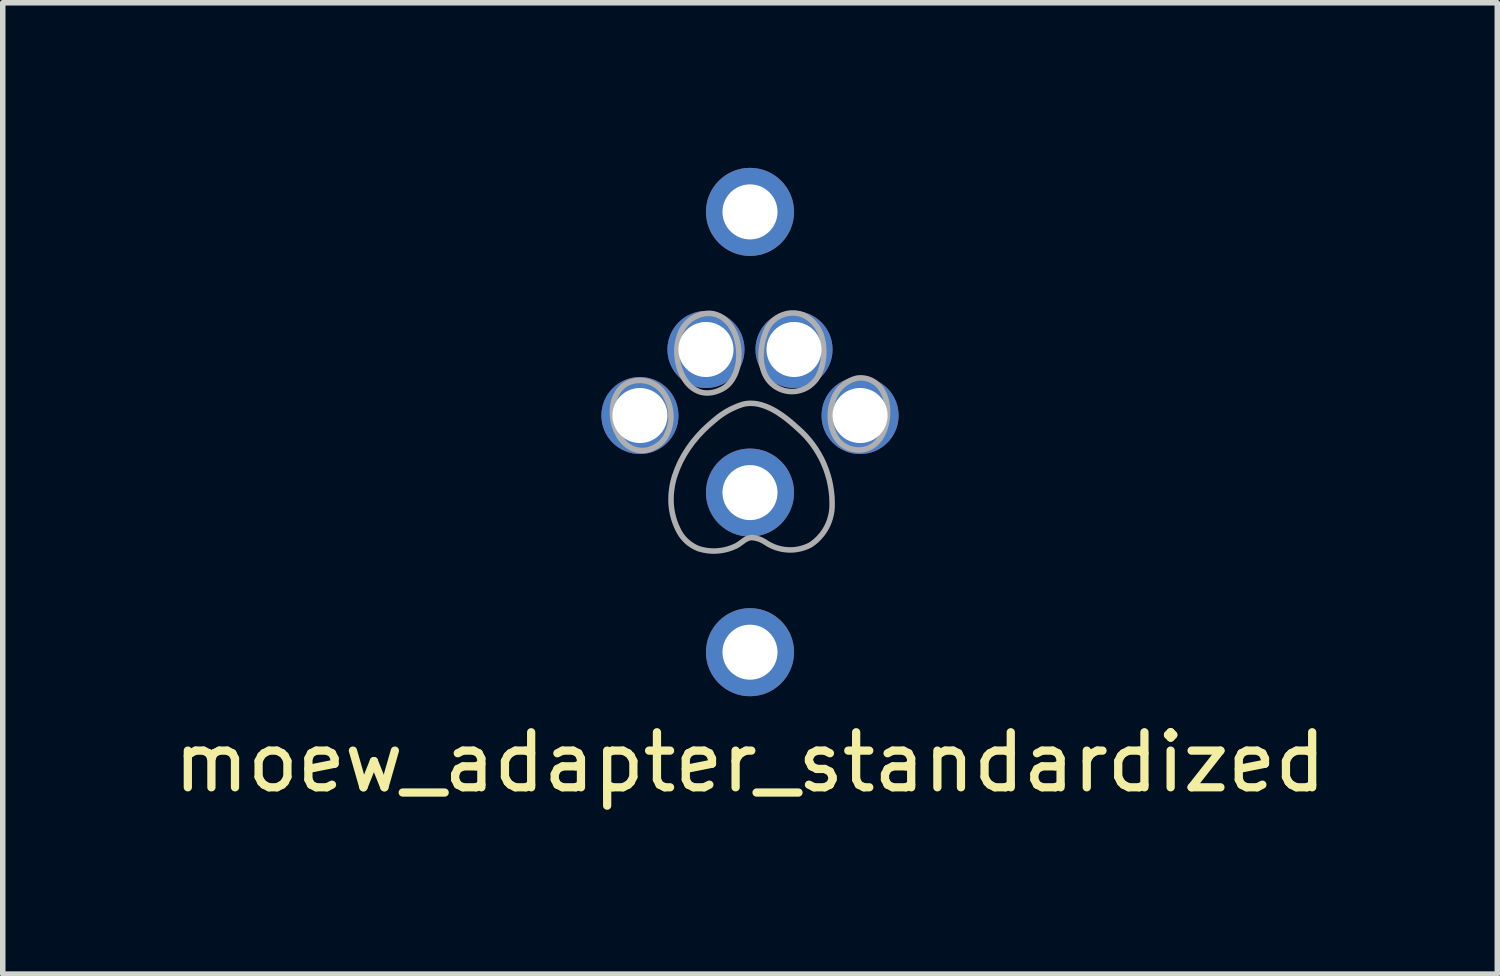
<source format=kicad_pcb>
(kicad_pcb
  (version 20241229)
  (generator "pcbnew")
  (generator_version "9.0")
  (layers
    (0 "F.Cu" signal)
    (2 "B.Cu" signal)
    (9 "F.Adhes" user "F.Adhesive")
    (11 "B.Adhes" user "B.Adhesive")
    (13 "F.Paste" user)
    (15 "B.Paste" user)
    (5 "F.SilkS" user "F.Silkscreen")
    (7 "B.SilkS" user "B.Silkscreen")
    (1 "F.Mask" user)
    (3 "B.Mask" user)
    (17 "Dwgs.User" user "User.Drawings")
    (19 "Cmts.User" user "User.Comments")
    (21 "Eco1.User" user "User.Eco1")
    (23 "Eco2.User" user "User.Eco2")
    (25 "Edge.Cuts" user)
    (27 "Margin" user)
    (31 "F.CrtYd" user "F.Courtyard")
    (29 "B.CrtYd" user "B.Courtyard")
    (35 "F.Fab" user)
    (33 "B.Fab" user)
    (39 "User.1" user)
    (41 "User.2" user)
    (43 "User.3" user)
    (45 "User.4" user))
  (footprint "moew_adapter_standardized"
    (layer "F.Cu")
    (at 10.577 4.8)
    (property "Reference" "moew_adapter_standardized" (at 0 6 0) (unlocked yes) (layer "F.SilkS") (effects (font (size 1 1) (thickness 0.15))))
    (attr smd)
    (fp_poly (pts (xy -1.283 -1.75) (xy -1.275 -1.774) (xy -1.267 -1.796) (xy -1.258 -1.818) (xy -1.248 -1.84) (xy -1.237 -1.861) (xy -1.225 -1.881) (xy -1.213 -1.901) (xy -1.2 -1.921) (xy -1.186 -1.939) (xy -1.171 -1.957) (xy -1.156 -1.975) (xy -1.139 -1.991) (xy -1.123 -2.007) (xy -1.105 -2.023) (xy -1.088 -2.037) (xy -1.069 -2.051) (xy -1.05 -2.064) (xy -1.03 -2.076) (xy -1.01 -2.088) (xy -0.99 -2.098) (xy -0.969 -2.108) (xy -0.947 -2.117) (xy -0.926 -2.125) (xy -0.904 -2.133) (xy -0.881 -2.139) (xy -0.858 -2.144) (xy -0.835 -2.149) (xy -0.812 -2.152) (xy -0.788 -2.155) (xy -0.764 -2.156) (xy -0.74 -2.157) (xy -0.716 -2.156) (xy -0.662 -2.148) (xy -0.611 -2.134) (xy -0.563 -2.115) (xy -0.518 -2.09) (xy -0.476 -2.062) (xy -0.436 -2.028) (xy -0.4 -1.991) (xy -0.367 -1.951) (xy -0.336 -1.907) (xy -0.309 -1.86) (xy -0.285 -1.81) (xy -0.264 -1.759) (xy -0.245 -1.705) (xy -0.23 -1.65) (xy -0.218 -1.594) (xy -0.21 -1.536) (xy -0.204 -1.479) (xy -0.202 -1.421) (xy -0.203 -1.363) (xy -0.207 -1.305) (xy -0.214 -1.249) (xy -0.225 -1.193) (xy -0.239 -1.139) (xy -0.256 -1.087) (xy -0.277 -1.037) (xy -0.301 -0.989) (xy -0.328 -0.945) (xy -0.359 -0.903) (xy -0.393 -0.865) (xy -0.431 -0.831) (xy -0.473 -0.801) (xy -0.517 -0.776) (xy -0.573 -0.751) (xy -0.627 -0.732) (xy -0.679 -0.719) (xy -0.73 -0.712) (xy -0.779 -0.709) (xy -0.826 -0.712) (xy -0.871 -0.719) (xy -0.915 -0.731) (xy -0.956 -0.748) (xy -0.996 -0.768) (xy -1.034 -0.792) (xy -1.069 -0.819) (xy -1.103 -0.85) (xy -1.134 -0.884) (xy -1.164 -0.921) (xy -1.191 -0.961) (xy -1.215 -1.002) (xy -1.238 -1.046) (xy -1.258 -1.092) (xy -1.276 -1.14) (xy -1.291 -1.189) (xy -1.304 -1.239) (xy -1.314 -1.29) (xy -1.321 -1.341) (xy -1.326 -1.393) (xy -1.328 -1.446) (xy -1.328 -1.498) (xy -1.325 -1.55) (xy -1.318 -1.601) (xy -1.309 -1.652) (xy -1.297 -1.702) (xy -1.283 -1.75)) (stroke (width 0.1) (type solid)) (fill no) (layer "F.Fab"))
    (fp_poly (pts (xy 1.502 -0.555) (xy 1.514 -0.593) (xy 1.528 -0.631) (xy 1.545 -0.667) (xy 1.564 -0.701) (xy 1.585 -0.734) (xy 1.609 -0.766) (xy 1.634 -0.796) (xy 1.661 -0.824) (xy 1.69 -0.85) (xy 1.72 -0.875) (xy 1.752 -0.897) (xy 1.786 -0.918) (xy 1.821 -0.936) (xy 1.857 -0.952) (xy 1.895 -0.966) (xy 1.933 -0.977) (xy 1.965 -0.982) (xy 1.997 -0.984) (xy 2.029 -0.984) (xy 2.061 -0.981) (xy 2.092 -0.977) (xy 2.123 -0.97) (xy 2.153 -0.961) (xy 2.182 -0.95) (xy 2.211 -0.937) (xy 2.238 -0.922) (xy 2.265 -0.906) (xy 2.29 -0.887) (xy 2.314 -0.866) (xy 2.337 -0.844) (xy 2.358 -0.82) (xy 2.378 -0.794) (xy 2.402 -0.758) (xy 2.423 -0.718) (xy 2.442 -0.677) (xy 2.458 -0.634) (xy 2.471 -0.589) (xy 2.482 -0.542) (xy 2.491 -0.495) (xy 2.496 -0.446) (xy 2.499 -0.397) (xy 2.5 -0.348) (xy 2.498 -0.298) (xy 2.493 -0.249) (xy 2.486 -0.199) (xy 2.476 -0.151) (xy 2.464 -0.103) (xy 2.45 -0.057) (xy 2.432 -0.012) (xy 2.413 0.031) (xy 2.391 0.073) (xy 2.366 0.112) (xy 2.339 0.149) (xy 2.309 0.183) (xy 2.277 0.214) (xy 2.243 0.241) (xy 2.206 0.266) (xy 2.167 0.286) (xy 2.125 0.303) (xy 2.081 0.315) (xy 2.035 0.323) (xy 1.986 0.326) (xy 1.935 0.324) (xy 1.881 0.316) (xy 1.845 0.308) (xy 1.811 0.298) (xy 1.779 0.286) (xy 1.748 0.271) (xy 1.719 0.255) (xy 1.691 0.237) (xy 1.665 0.217) (xy 1.641 0.195) (xy 1.618 0.172) (xy 1.597 0.147) (xy 1.577 0.122) (xy 1.559 0.094) (xy 1.543 0.066) (xy 1.528 0.037) (xy 1.514 0.006) (xy 1.502 -0.025) (xy 1.492 -0.057) (xy 1.482 -0.089) (xy 1.475 -0.122) (xy 1.469 -0.156) (xy 1.464 -0.19) (xy 1.461 -0.224) (xy 1.459 -0.258) (xy 1.458 -0.292) (xy 1.459 -0.326) (xy 1.461 -0.36) (xy 1.464 -0.394) (xy 1.469 -0.427) (xy 1.475 -0.46) (xy 1.483 -0.492) (xy 1.492 -0.524) (xy 1.502 -0.555)) (stroke (width 0.1) (type solid)) (fill no) (layer "F.Fab"))
    (fp_poly (pts (xy -2.156 0.29) (xy -2.191 0.27) (xy -2.225 0.246) (xy -2.257 0.22) (xy -2.288 0.192) (xy -2.316 0.161) (xy -2.343 0.128) (xy -2.368 0.093) (xy -2.39 0.056) (xy -2.411 0.017) (xy -2.43 -0.023) (xy -2.446 -0.064) (xy -2.461 -0.107) (xy -2.473 -0.15) (xy -2.483 -0.194) (xy -2.491 -0.238) (xy -2.496 -0.283) (xy -2.499 -0.328) (xy -2.5 -0.372) (xy -2.498 -0.417) (xy -2.494 -0.461) (xy -2.487 -0.504) (xy -2.478 -0.547) (xy -2.467 -0.588) (xy -2.452 -0.628) (xy -2.435 -0.667) (xy -2.415 -0.704) (xy -2.393 -0.739) (xy -2.368 -0.773) (xy -2.339 -0.804) (xy -2.309 -0.833) (xy -2.275 -0.859) (xy -2.238 -0.882) (xy -2.215 -0.893) (xy -2.192 -0.902) (xy -2.169 -0.911) (xy -2.146 -0.918) (xy -2.122 -0.924) (xy -2.099 -0.929) (xy -2.075 -0.933) (xy -2.051 -0.936) (xy -2.027 -0.938) (xy -2.004 -0.938) (xy -1.98 -0.938) (xy -1.956 -0.936) (xy -1.91 -0.93) (xy -1.864 -0.92) (xy -1.819 -0.905) (xy -1.775 -0.887) (xy -1.754 -0.876) (xy -1.734 -0.864) (xy -1.713 -0.852) (xy -1.694 -0.838) (xy -1.675 -0.824) (xy -1.656 -0.808) (xy -1.639 -0.792) (xy -1.621 -0.775) (xy -1.605 -0.757) (xy -1.589 -0.738) (xy -1.575 -0.718) (xy -1.56 -0.697) (xy -1.532 -0.651) (xy -1.508 -0.604) (xy -1.487 -0.555) (xy -1.47 -0.506) (xy -1.456 -0.455) (xy -1.446 -0.404) (xy -1.439 -0.353) (xy -1.436 -0.301) (xy -1.436 -0.249) (xy -1.44 -0.197) (xy -1.448 -0.146) (xy -1.459 -0.095) (xy -1.474 -0.044) (xy -1.493 0.005) (xy -1.515 0.054) (xy -1.54 0.101) (xy -1.55 0.115) (xy -1.56 0.129) (xy -1.571 0.143) (xy -1.582 0.156) (xy -1.593 0.169) (xy -1.605 0.181) (xy -1.617 0.193) (xy -1.63 0.205) (xy -1.643 0.216) (xy -1.657 0.226) (xy -1.67 0.237) (xy -1.684 0.246) (xy -1.699 0.256) (xy -1.714 0.264) (xy -1.729 0.273) (xy -1.744 0.281) (xy -1.768 0.293) (xy -1.793 0.304) (xy -1.818 0.313) (xy -1.844 0.321) (xy -1.87 0.327) (xy -1.896 0.331) (xy -1.922 0.334) (xy -1.949 0.336) (xy -1.975 0.335) (xy -2.002 0.334) (xy -2.028 0.33) (xy -2.054 0.325) (xy -2.08 0.319) (xy -2.106 0.311) (xy -2.131 0.301) (xy -2.156 0.29)) (stroke (width 0.1) (type solid)) (fill no) (layer "F.Fab"))
    (fp_poly (pts (xy 1.006 -2.107) (xy 1.035 -2.089) (xy 1.063 -2.07) (xy 1.089 -2.05) (xy 1.115 -2.029) (xy 1.139 -2.006) (xy 1.162 -1.982) (xy 1.184 -1.957) (xy 1.204 -1.931) (xy 1.223 -1.904) (xy 1.24 -1.876) (xy 1.256 -1.847) (xy 1.271 -1.818) (xy 1.284 -1.787) (xy 1.295 -1.756) (xy 1.305 -1.724) (xy 1.313 -1.691) (xy 1.323 -1.648) (xy 1.33 -1.604) (xy 1.336 -1.56) (xy 1.34 -1.516) (xy 1.341 -1.472) (xy 1.341 -1.428) (xy 1.339 -1.385) (xy 1.335 -1.341) (xy 1.329 -1.297) (xy 1.321 -1.254) (xy 1.311 -1.211) (xy 1.299 -1.169) (xy 1.286 -1.127) (xy 1.27 -1.086) (xy 1.253 -1.045) (xy 1.233 -1.005) (xy 1.219 -0.982) (xy 1.204 -0.96) (xy 1.188 -0.939) (xy 1.171 -0.919) (xy 1.153 -0.9) (xy 1.135 -0.882) (xy 1.116 -0.865) (xy 1.096 -0.849) (xy 1.075 -0.833) (xy 1.054 -0.819) (xy 1.032 -0.806) (xy 1.01 -0.794) (xy 0.987 -0.783) (xy 0.963 -0.774) (xy 0.94 -0.765) (xy 0.916 -0.757) (xy 0.891 -0.751) (xy 0.867 -0.745) (xy 0.842 -0.741) (xy 0.817 -0.738) (xy 0.791 -0.736) (xy 0.766 -0.735) (xy 0.74 -0.736) (xy 0.715 -0.737) (xy 0.689 -0.74) (xy 0.664 -0.744) (xy 0.639 -0.749) (xy 0.613 -0.756) (xy 0.588 -0.764) (xy 0.563 -0.773) (xy 0.539 -0.783) (xy 0.515 -0.795) (xy 0.48 -0.814) (xy 0.447 -0.836) (xy 0.417 -0.859) (xy 0.388 -0.884) (xy 0.362 -0.911) (xy 0.339 -0.939) (xy 0.317 -0.969) (xy 0.297 -1) (xy 0.279 -1.032) (xy 0.264 -1.066) (xy 0.25 -1.1) (xy 0.238 -1.136) (xy 0.228 -1.172) (xy 0.219 -1.209) (xy 0.212 -1.247) (xy 0.207 -1.285) (xy 0.204 -1.324) (xy 0.202 -1.363) (xy 0.202 -1.441) (xy 0.209 -1.52) (xy 0.221 -1.597) (xy 0.237 -1.673) (xy 0.259 -1.746) (xy 0.284 -1.815) (xy 0.314 -1.881) (xy 0.323 -1.899) (xy 0.334 -1.916) (xy 0.344 -1.933) (xy 0.356 -1.949) (xy 0.368 -1.965) (xy 0.38 -1.98) (xy 0.393 -1.995) (xy 0.407 -2.009) (xy 0.421 -2.023) (xy 0.436 -2.036) (xy 0.451 -2.048) (xy 0.466 -2.06) (xy 0.482 -2.072) (xy 0.498 -2.082) (xy 0.515 -2.092) (xy 0.532 -2.102) (xy 0.549 -2.111) (xy 0.567 -2.119) (xy 0.585 -2.126) (xy 0.603 -2.133) (xy 0.621 -2.139) (xy 0.64 -2.145) (xy 0.659 -2.15) (xy 0.678 -2.154) (xy 0.698 -2.157) (xy 0.717 -2.16) (xy 0.737 -2.162) (xy 0.757 -2.163) (xy 0.776 -2.163) (xy 0.797 -2.163) (xy 0.817 -2.162) (xy 0.837 -2.16) (xy 0.848 -2.158) (xy 0.859 -2.157) (xy 0.87 -2.155) (xy 0.881 -2.153) (xy 0.892 -2.15) (xy 0.903 -2.147) (xy 0.913 -2.144) (xy 0.924 -2.141) (xy 0.935 -2.138) (xy 0.945 -2.134) (xy 0.956 -2.13) (xy 0.966 -2.126) (xy 0.976 -2.121) (xy 0.986 -2.117) (xy 0.996 -2.112) (xy 1.006 -2.107)) (stroke (width 0.1) (type solid)) (fill no) (layer "F.Fab"))
    (fp_poly (pts (xy 0.036 1.917) (xy 0.03 1.917) (xy 0.019 1.918) (xy 0.008 1.92) (xy -0.003 1.921) (xy -0.013 1.924) (xy -0.023 1.927) (xy -0.033 1.93) (xy -0.043 1.934) (xy -0.053 1.938) (xy -0.072 1.948) (xy -0.09 1.958) (xy -0.108 1.97) (xy -0.126 1.983) (xy -0.196 2.034) (xy -0.214 2.046) (xy -0.233 2.058) (xy -0.252 2.068) (xy -0.261 2.073) (xy -0.271 2.077) (xy -0.31 2.094) (xy -0.35 2.109) (xy -0.39 2.122) (xy -0.431 2.134) (xy -0.472 2.143) (xy -0.513 2.151) (xy -0.554 2.156) (xy -0.596 2.16) (xy -0.638 2.162) (xy -0.68 2.162) (xy -0.722 2.16) (xy -0.764 2.156) (xy -0.806 2.15) (xy -0.847 2.142) (xy -0.888 2.132) (xy -0.929 2.121) (xy -0.961 2.108) (xy -0.991 2.094) (xy -1.021 2.078) (xy -1.049 2.061) (xy -1.077 2.043) (xy -1.104 2.023) (xy -1.13 2.003) (xy -1.155 1.981) (xy -1.178 1.957) (xy -1.201 1.933) (xy -1.222 1.908) (xy -1.243 1.881) (xy -1.261 1.854) (xy -1.279 1.825) (xy -1.295 1.796) (xy -1.31 1.766) (xy -1.341 1.698) (xy -1.367 1.63) (xy -1.389 1.561) (xy -1.406 1.492) (xy -1.42 1.423) (xy -1.429 1.354) (xy -1.434 1.284) (xy -1.435 1.215) (xy -1.433 1.146) (xy -1.427 1.078) (xy -1.418 1.009) (xy -1.406 0.941) (xy -1.39 0.873) (xy -1.371 0.806) (xy -1.324 0.674) (xy -1.267 0.545) (xy -1.2 0.42) (xy -1.124 0.299) (xy -1.04 0.183) (xy -0.948 0.073) (xy -0.851 -0.03) (xy -0.749 -0.127) (xy -0.643 -0.217) (xy -0.615 -0.241) (xy -0.586 -0.264) (xy -0.556 -0.287) (xy -0.526 -0.309) (xy -0.495 -0.33) (xy -0.464 -0.35) (xy -0.433 -0.369) (xy -0.4 -0.388) (xy -0.368 -0.406) (xy -0.335 -0.422) (xy -0.301 -0.438) (xy -0.267 -0.453) (xy -0.233 -0.468) (xy -0.198 -0.481) (xy -0.163 -0.493) (xy -0.128 -0.505) (xy -0.094 -0.512) (xy -0.059 -0.518) (xy -0.025 -0.521) (xy 0.009 -0.522) (xy 0.043 -0.521) (xy 0.077 -0.519) (xy 0.111 -0.515) (xy 0.145 -0.509) (xy 0.178 -0.501) (xy 0.212 -0.492) (xy 0.278 -0.47) (xy 0.344 -0.443) (xy 0.408 -0.411) (xy 0.471 -0.376) (xy 0.532 -0.337) (xy 0.592 -0.296) (xy 0.65 -0.253) (xy 0.706 -0.209) (xy 0.759 -0.165) (xy 0.859 -0.076) (xy 0.936 -0.006) (xy 1.008 0.067) (xy 1.076 0.145) (xy 1.139 0.225) (xy 1.197 0.309) (xy 1.25 0.396) (xy 1.299 0.485) (xy 1.342 0.578) (xy 1.38 0.672) (xy 1.412 0.768) (xy 1.44 0.866) (xy 1.461 0.966) (xy 1.477 1.067) (xy 1.488 1.17) (xy 1.492 1.273) (xy 1.491 1.377) (xy 1.486 1.428) (xy 1.478 1.479) (xy 1.467 1.529) (xy 1.454 1.578) (xy 1.438 1.626) (xy 1.419 1.673) (xy 1.397 1.719) (xy 1.373 1.763) (xy 1.346 1.806) (xy 1.317 1.847) (xy 1.285 1.886) (xy 1.251 1.924) (xy 1.215 1.96) (xy 1.176 1.994) (xy 1.136 2.025) (xy 1.093 2.054) (xy 1.045 2.077) (xy 0.996 2.096) (xy 0.946 2.112) (xy 0.895 2.125) (xy 0.843 2.134) (xy 0.792 2.14) (xy 0.74 2.142) (xy 0.688 2.141) (xy 0.636 2.136) (xy 0.585 2.129) (xy 0.534 2.117) (xy 0.484 2.103) (xy 0.435 2.085) (xy 0.387 2.064) (xy 0.34 2.04) (xy 0.294 2.012) (xy 0.28 2.002) (xy 0.265 1.993) (xy 0.25 1.984) (xy 0.235 1.976) (xy 0.219 1.968) (xy 0.204 1.96) (xy 0.188 1.954) (xy 0.171 1.947) (xy 0.155 1.942) (xy 0.138 1.937) (xy 0.122 1.932) (xy 0.105 1.928) (xy 0.088 1.924) (xy 0.071 1.922) (xy 0.053 1.919) (xy 0.036 1.917)) (stroke (width 0.1) (type solid)) (fill no) (layer "F.Fab"))
    (pad "1" thru_hole circle (at 0 1.1) (size 1.6 1.6) (drill 1) (layers "*.Cu" "F.Mask"))
    (pad "2" thru_hole circle (at -2 -0.3) (size 1.4 1.4) (drill 1) (layers "*.Cu" "F.Mask"))
    (pad "3" thru_hole circle (at -0.8 -1.5) (size 1.4 1.4) (drill 1) (layers "*.Cu" "F.Mask"))
    (pad "4" thru_hole circle (at 0.8 -1.5) (size 1.4 1.4) (drill 1) (layers "*.Cu" "F.Mask"))
    (pad "5" thru_hole circle (at 2 -0.3) (size 1.4 1.4) (drill 1) (layers "*.Cu" "F.Mask"))
    (pad "NC" thru_hole circle (at 0 -4) (size 1.6 1.6) (drill 1) (layers "*.Cu" "F.Mask"))
    (pad "NC" thru_hole circle (at 0 4) (size 1.6 1.6) (drill 1) (layers "*.Cu" "F.Mask")))
  (gr_rect
    (start -3 -3)
    (end 24.155 14.648)
    (stroke (width 0.1) (type default))
    (fill no)
    (layer "Edge.Cuts")))
</source>
